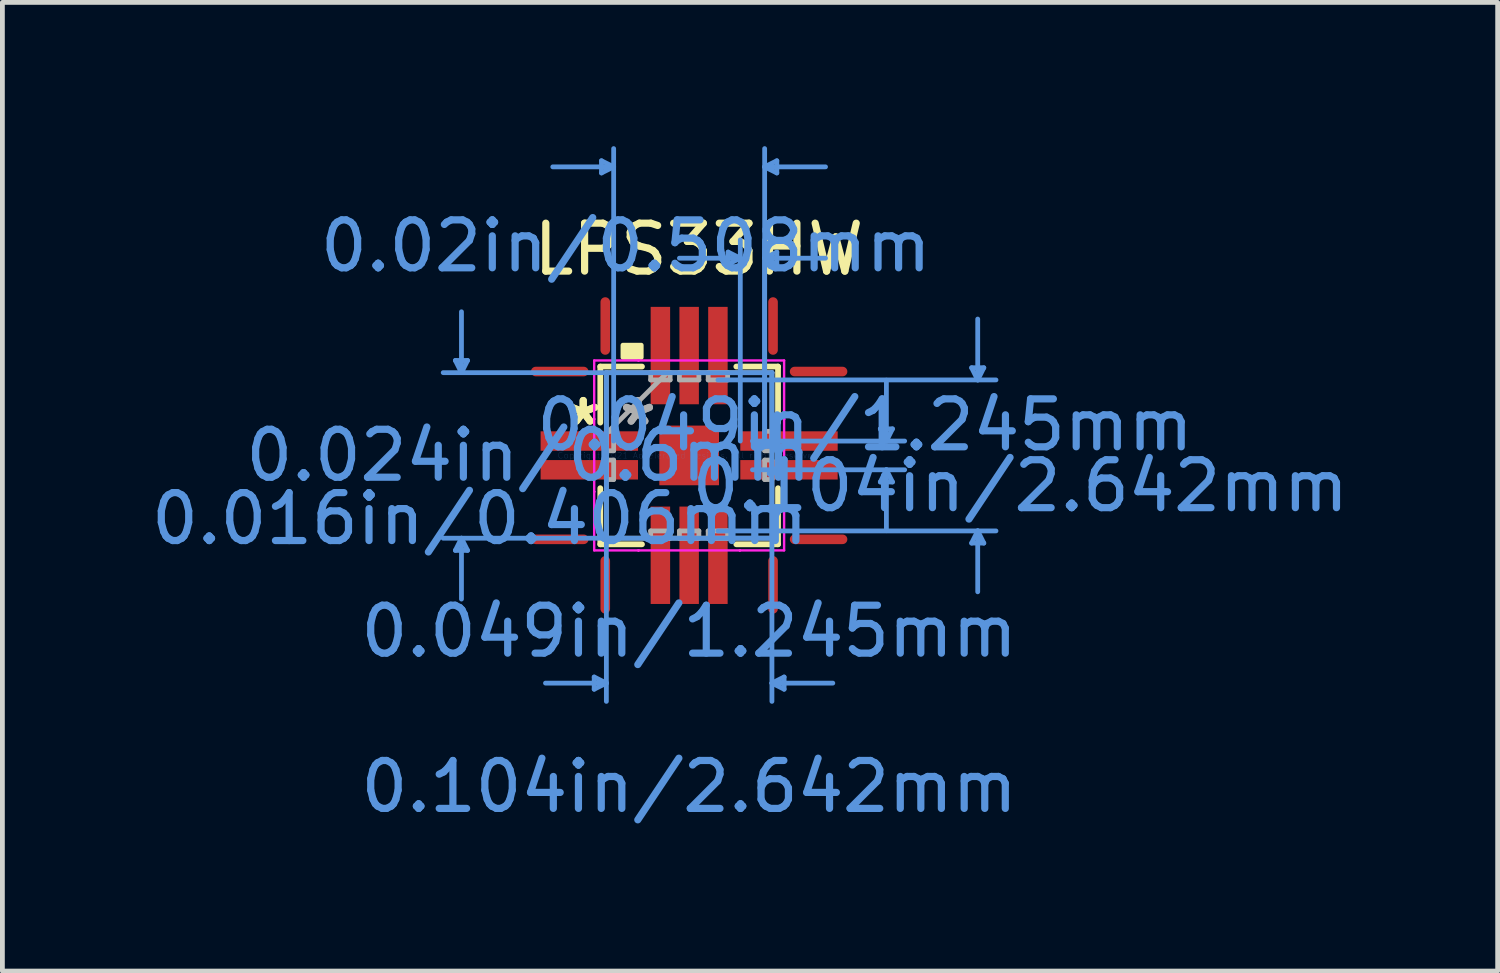
<source format=kicad_pcb>
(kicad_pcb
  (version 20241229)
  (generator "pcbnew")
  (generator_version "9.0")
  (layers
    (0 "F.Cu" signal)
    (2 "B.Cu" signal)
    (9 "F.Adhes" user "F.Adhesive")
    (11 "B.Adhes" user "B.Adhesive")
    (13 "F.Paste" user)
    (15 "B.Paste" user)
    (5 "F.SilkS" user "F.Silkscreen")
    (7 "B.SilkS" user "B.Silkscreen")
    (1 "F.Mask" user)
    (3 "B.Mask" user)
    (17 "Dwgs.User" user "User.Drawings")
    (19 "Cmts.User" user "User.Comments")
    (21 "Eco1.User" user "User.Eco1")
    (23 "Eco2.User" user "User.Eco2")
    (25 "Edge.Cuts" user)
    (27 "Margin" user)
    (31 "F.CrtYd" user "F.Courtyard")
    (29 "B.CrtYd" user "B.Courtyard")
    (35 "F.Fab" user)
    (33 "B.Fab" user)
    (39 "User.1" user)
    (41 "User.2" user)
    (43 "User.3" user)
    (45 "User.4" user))
  (footprint "LPS33HW"
    (layer "F.Cu")
    (at 11.327 6.451)
    (property "Reference" "LPS33HW" (at 0.2 -4.3 0) (layer "F.SilkS") (effects (font (size 1 1) (thickness 0.15))))
    (attr through_hole)
    (fp_line (start -2.2 -1.75) (end -3.2 -1.75) (stroke (width 0.2) (type solid)) (layer "F.Cu"))
    (fp_line (start -2.2 1.75) (end -3.2 1.75) (stroke (width 0.2) (type solid)) (layer "F.Cu"))
    (fp_line (start -1.75 -2.2) (end -1.75 -3.2) (stroke (width 0.2) (type solid)) (layer "F.Cu"))
    (fp_line (start -1.75 2.2) (end -1.75 3.2) (stroke (width 0.2) (type solid)) (layer "F.Cu"))
    (fp_line (start 1.75 -2.2) (end 1.75 -3.2) (stroke (width 0.2) (type solid)) (layer "F.Cu"))
    (fp_line (start 1.75 2.2) (end 1.75 3.2) (stroke (width 0.2) (type solid)) (layer "F.Cu"))
    (fp_line (start 2.2 -1.75) (end 3.2 -1.75) (stroke (width 0.2) (type solid)) (layer "F.Cu"))
    (fp_line (start 2.2 1.75) (end 3.2 1.75) (stroke (width 0.2) (type solid)) (layer "F.Cu"))
    (fp_line (start -1.854 -1.854) (end -1.854 -0.684) (stroke (width 0.12) (type solid)) (layer "F.SilkS"))
    (fp_line (start -1.854 0.684) (end -1.854 1.854) (stroke (width 0.12) (type solid)) (layer "F.SilkS"))
    (fp_line (start -1.854 1.854) (end -0.984 1.854) (stroke (width 0.12) (type solid)) (layer "F.SilkS"))
    (fp_line (start -0.984 -1.854) (end -1.854 -1.854) (stroke (width 0.12) (type solid)) (layer "F.SilkS"))
    (fp_line (start 0.984 1.854) (end 1.854 1.854) (stroke (width 0.12) (type solid)) (layer "F.SilkS"))
    (fp_line (start 1.854 -1.854) (end 0.984 -1.854) (stroke (width 0.12) (type solid)) (layer "F.SilkS"))
    (fp_line (start 1.854 -0.684) (end 1.854 -1.854) (stroke (width 0.12) (type solid)) (layer "F.SilkS"))
    (fp_line (start 1.854 1.854) (end 1.854 0.684) (stroke (width 0.12) (type solid)) (layer "F.SilkS"))
    (fp_poly (pts (xy -1.381 -2.046) (xy -1.381 -2.3) (xy -1 -2.3) (xy -1 -2.046)) (stroke (width 0.1) (type solid)) (fill yes) (layer "F.SilkS"))
    (fp_line (start -4.877 -1.981) (end -4.623 -1.981) (stroke (width 0.1) (type solid)) (layer "Cmts.User"))
    (fp_line (start -4.877 1.981) (end -4.623 1.981) (stroke (width 0.1) (type solid)) (layer "Cmts.User"))
    (fp_line (start -4.75 -1.727) (end -4.877 -1.981) (stroke (width 0.1) (type solid)) (layer "Cmts.User"))
    (fp_line (start -4.75 -1.727) (end -4.75 -2.997) (stroke (width 0.1) (type solid)) (layer "Cmts.User"))
    (fp_line (start -4.75 -1.727) (end -4.623 -1.981) (stroke (width 0.1) (type solid)) (layer "Cmts.User"))
    (fp_line (start -4.75 1.727) (end -4.877 1.981) (stroke (width 0.1) (type solid)) (layer "Cmts.User"))
    (fp_line (start -4.75 1.727) (end -4.75 2.997) (stroke (width 0.1) (type solid)) (layer "Cmts.User"))
    (fp_line (start -4.75 1.727) (end -4.623 1.981) (stroke (width 0.1) (type solid)) (layer "Cmts.User"))
    (fp_line (start -1.981 4.623) (end -1.981 4.877) (stroke (width 0.1) (type solid)) (layer "Cmts.User"))
    (fp_line (start -1.829 -6.147) (end -1.829 -5.893) (stroke (width 0.1) (type solid)) (layer "Cmts.User"))
    (fp_line (start -1.727 -1.727) (end -1.727 5.131) (stroke (width 0.1) (type solid)) (layer "Cmts.User"))
    (fp_line (start -1.727 4.75) (end -2.997 4.75) (stroke (width 0.1) (type solid)) (layer "Cmts.User"))
    (fp_line (start -1.727 4.75) (end -1.981 4.623) (stroke (width 0.1) (type solid)) (layer "Cmts.User"))
    (fp_line (start -1.727 4.75) (end -1.981 4.877) (stroke (width 0.1) (type solid)) (layer "Cmts.User"))
    (fp_line (start -1.575 -6.02) (end -2.845 -6.02) (stroke (width 0.1) (type solid)) (layer "Cmts.User"))
    (fp_line (start -1.575 -6.02) (end -1.829 -6.147) (stroke (width 0.1) (type solid)) (layer "Cmts.User"))
    (fp_line (start -1.575 -6.02) (end -1.829 -5.893) (stroke (width 0.1) (type solid)) (layer "Cmts.User"))
    (fp_line (start -1.575 -0.3) (end -1.575 -6.401) (stroke (width 0.1) (type solid)) (layer "Cmts.User"))
    (fp_line (start 0.6 -1.575) (end 6.401 -1.575) (stroke (width 0.1) (type solid)) (layer "Cmts.User"))
    (fp_line (start 0.6 1.575) (end 6.401 1.575) (stroke (width 0.1) (type solid)) (layer "Cmts.User"))
    (fp_line (start 0.813 -4.242) (end 0.813 -3.988) (stroke (width 0.1) (type solid)) (layer "Cmts.User"))
    (fp_line (start 1.067 -4.115) (end -0.203 -4.115) (stroke (width 0.1) (type solid)) (layer "Cmts.User"))
    (fp_line (start 1.067 -4.115) (end 0.813 -4.242) (stroke (width 0.1) (type solid)) (layer "Cmts.User"))
    (fp_line (start 1.067 -4.115) (end 0.813 -3.988) (stroke (width 0.1) (type solid)) (layer "Cmts.User"))
    (fp_line (start 1.067 -0.3) (end 1.067 -4.496) (stroke (width 0.1) (type solid)) (layer "Cmts.User"))
    (fp_line (start 1.321 -0.3) (end 4.496 -0.3) (stroke (width 0.1) (type solid)) (layer "Cmts.User"))
    (fp_line (start 1.321 0.3) (end 4.496 0.3) (stroke (width 0.1) (type solid)) (layer "Cmts.User"))
    (fp_line (start 1.575 -6.02) (end 1.829 -6.147) (stroke (width 0.1) (type solid)) (layer "Cmts.User"))
    (fp_line (start 1.575 -6.02) (end 1.829 -5.893) (stroke (width 0.1) (type solid)) (layer "Cmts.User"))
    (fp_line (start 1.575 -6.02) (end 2.845 -6.02) (stroke (width 0.1) (type solid)) (layer "Cmts.User"))
    (fp_line (start 1.575 -4.115) (end 1.829 -4.242) (stroke (width 0.1) (type solid)) (layer "Cmts.User"))
    (fp_line (start 1.575 -4.115) (end 1.829 -3.988) (stroke (width 0.1) (type solid)) (layer "Cmts.User"))
    (fp_line (start 1.575 -4.115) (end 2.845 -4.115) (stroke (width 0.1) (type solid)) (layer "Cmts.User"))
    (fp_line (start 1.575 -0.3) (end 1.575 -6.401) (stroke (width 0.1) (type solid)) (layer "Cmts.User"))
    (fp_line (start 1.575 -0.3) (end 1.575 -4.496) (stroke (width 0.1) (type solid)) (layer "Cmts.User"))
    (fp_line (start 1.727 -1.727) (end -5.131 -1.727) (stroke (width 0.1) (type solid)) (layer "Cmts.User"))
    (fp_line (start 1.727 -1.727) (end 1.727 5.131) (stroke (width 0.1) (type solid)) (layer "Cmts.User"))
    (fp_line (start 1.727 1.727) (end -5.131 1.727) (stroke (width 0.1) (type solid)) (layer "Cmts.User"))
    (fp_line (start 1.727 4.75) (end 1.981 4.623) (stroke (width 0.1) (type solid)) (layer "Cmts.User"))
    (fp_line (start 1.727 4.75) (end 1.981 4.877) (stroke (width 0.1) (type solid)) (layer "Cmts.User"))
    (fp_line (start 1.727 4.75) (end 2.997 4.75) (stroke (width 0.1) (type solid)) (layer "Cmts.User"))
    (fp_line (start 1.829 -6.147) (end 1.829 -5.893) (stroke (width 0.1) (type solid)) (layer "Cmts.User"))
    (fp_line (start 1.829 -4.242) (end 1.829 -3.988) (stroke (width 0.1) (type solid)) (layer "Cmts.User"))
    (fp_line (start 1.981 4.623) (end 1.981 4.877) (stroke (width 0.1) (type solid)) (layer "Cmts.User"))
    (fp_line (start 3.988 -0.554) (end 4.242 -0.554) (stroke (width 0.1) (type solid)) (layer "Cmts.User"))
    (fp_line (start 3.988 0.554) (end 4.242 0.554) (stroke (width 0.1) (type solid)) (layer "Cmts.User"))
    (fp_line (start 4.115 -0.3) (end 3.988 -0.554) (stroke (width 0.1) (type solid)) (layer "Cmts.User"))
    (fp_line (start 4.115 -0.3) (end 4.115 -1.57) (stroke (width 0.1) (type solid)) (layer "Cmts.User"))
    (fp_line (start 4.115 -0.3) (end 4.242 -0.554) (stroke (width 0.1) (type solid)) (layer "Cmts.User"))
    (fp_line (start 4.115 0.3) (end 3.988 0.554) (stroke (width 0.1) (type solid)) (layer "Cmts.User"))
    (fp_line (start 4.115 0.3) (end 4.115 1.57) (stroke (width 0.1) (type solid)) (layer "Cmts.User"))
    (fp_line (start 4.115 0.3) (end 4.242 0.554) (stroke (width 0.1) (type solid)) (layer "Cmts.User"))
    (fp_line (start 5.893 -1.829) (end 6.147 -1.829) (stroke (width 0.1) (type solid)) (layer "Cmts.User"))
    (fp_line (start 5.893 1.829) (end 6.147 1.829) (stroke (width 0.1) (type solid)) (layer "Cmts.User"))
    (fp_line (start 6.02 -1.575) (end 5.893 -1.829) (stroke (width 0.1) (type solid)) (layer "Cmts.User"))
    (fp_line (start 6.02 -1.575) (end 6.02 -2.845) (stroke (width 0.1) (type solid)) (layer "Cmts.User"))
    (fp_line (start 6.02 -1.575) (end 6.147 -1.829) (stroke (width 0.1) (type solid)) (layer "Cmts.User"))
    (fp_line (start 6.02 1.575) (end 5.893 1.829) (stroke (width 0.1) (type solid)) (layer "Cmts.User"))
    (fp_line (start 6.02 1.575) (end 6.02 2.845) (stroke (width 0.1) (type solid)) (layer "Cmts.User"))
    (fp_line (start 6.02 1.575) (end 6.147 1.829) (stroke (width 0.1) (type solid)) (layer "Cmts.User"))
    (fp_line (start -1.981 -1.981) (end -1.057 -1.981) (stroke (width 0.05) (type solid)) (layer "F.CrtYd"))
    (fp_line (start -1.981 -0.757) (end -1.981 -1.981) (stroke (width 0.05) (type solid)) (layer "F.CrtYd"))
    (fp_line (start -1.981 -0.757) (end -1.981 -0.757) (stroke (width 0.05) (type solid)) (layer "F.CrtYd"))
    (fp_line (start -1.981 -0.757) (end -1.981 -0.757) (stroke (width 0.05) (type solid)) (layer "F.CrtYd"))
    (fp_line (start -1.981 0.757) (end -1.981 -0.757) (stroke (width 0.05) (type solid)) (layer "F.CrtYd"))
    (fp_line (start -1.981 0.757) (end -1.981 0.757) (stroke (width 0.05) (type solid)) (layer "F.CrtYd"))
    (fp_line (start -1.981 0.757) (end -1.981 0.757) (stroke (width 0.05) (type solid)) (layer "F.CrtYd"))
    (fp_line (start -1.981 1.981) (end -1.981 0.757) (stroke (width 0.05) (type solid)) (layer "F.CrtYd"))
    (fp_line (start -1.057 -1.981) (end -1.057 -1.981) (stroke (width 0.05) (type solid)) (layer "F.CrtYd"))
    (fp_line (start -1.057 -1.981) (end -1.057 -1.981) (stroke (width 0.05) (type solid)) (layer "F.CrtYd"))
    (fp_line (start -1.057 -1.981) (end 1.057 -1.981) (stroke (width 0.05) (type solid)) (layer "F.CrtYd"))
    (fp_line (start -1.057 1.981) (end -1.981 1.981) (stroke (width 0.05) (type solid)) (layer "F.CrtYd"))
    (fp_line (start -1.057 1.981) (end -1.057 1.981) (stroke (width 0.05) (type solid)) (layer "F.CrtYd"))
    (fp_line (start -1.057 1.981) (end -1.057 1.981) (stroke (width 0.05) (type solid)) (layer "F.CrtYd"))
    (fp_line (start 1.057 -1.981) (end 1.057 -1.981) (stroke (width 0.05) (type solid)) (layer "F.CrtYd"))
    (fp_line (start 1.057 -1.981) (end 1.057 -1.981) (stroke (width 0.05) (type solid)) (layer "F.CrtYd"))
    (fp_line (start 1.057 -1.981) (end 1.981 -1.981) (stroke (width 0.05) (type solid)) (layer "F.CrtYd"))
    (fp_line (start 1.057 1.981) (end -1.057 1.981) (stroke (width 0.05) (type solid)) (layer "F.CrtYd"))
    (fp_line (start 1.057 1.981) (end 1.057 1.981) (stroke (width 0.05) (type solid)) (layer "F.CrtYd"))
    (fp_line (start 1.057 1.981) (end 1.057 1.981) (stroke (width 0.05) (type solid)) (layer "F.CrtYd"))
    (fp_line (start 1.981 -1.981) (end 1.981 -0.757) (stroke (width 0.05) (type solid)) (layer "F.CrtYd"))
    (fp_line (start 1.981 -0.757) (end 1.981 -0.757) (stroke (width 0.05) (type solid)) (layer "F.CrtYd"))
    (fp_line (start 1.981 -0.757) (end 1.981 -0.757) (stroke (width 0.05) (type solid)) (layer "F.CrtYd"))
    (fp_line (start 1.981 -0.757) (end 1.981 0.757) (stroke (width 0.05) (type solid)) (layer "F.CrtYd"))
    (fp_line (start 1.981 0.757) (end 1.981 0.757) (stroke (width 0.05) (type solid)) (layer "F.CrtYd"))
    (fp_line (start 1.981 0.757) (end 1.981 0.757) (stroke (width 0.05) (type solid)) (layer "F.CrtYd"))
    (fp_line (start 1.981 0.757) (end 1.981 1.981) (stroke (width 0.05) (type solid)) (layer "F.CrtYd"))
    (fp_line (start 1.981 1.981) (end 1.057 1.981) (stroke (width 0.05) (type solid)) (layer "F.CrtYd"))
    (fp_line (start -1.727 -1.727) (end -1.727 -1.727) (stroke (width 0.1) (type solid)) (layer "F.Fab"))
    (fp_line (start -1.727 -1.727) (end -1.727 1.727) (stroke (width 0.1) (type solid)) (layer "F.Fab"))
    (fp_line (start -1.727 -0.503) (end -1.575 -0.503) (stroke (width 0.1) (type solid)) (layer "F.Fab"))
    (fp_line (start -1.727 -0.457) (end -0.457 -1.727) (stroke (width 0.1) (type solid)) (layer "F.Fab"))
    (fp_line (start -1.727 -0.097) (end -1.727 -0.503) (stroke (width 0.1) (type solid)) (layer "F.Fab"))
    (fp_line (start -1.727 0.097) (end -1.575 0.097) (stroke (width 0.1) (type solid)) (layer "F.Fab"))
    (fp_line (start -1.727 0.503) (end -1.727 0.097) (stroke (width 0.1) (type solid)) (layer "F.Fab"))
    (fp_line (start -1.727 1.727) (end -1.727 1.727) (stroke (width 0.1) (type solid)) (layer "F.Fab"))
    (fp_line (start -1.727 1.727) (end 1.727 1.727) (stroke (width 0.1) (type solid)) (layer "F.Fab"))
    (fp_line (start -1.575 -0.503) (end -1.575 -0.097) (stroke (width 0.1) (type solid)) (layer "F.Fab"))
    (fp_line (start -1.575 -0.097) (end -1.727 -0.097) (stroke (width 0.1) (type solid)) (layer "F.Fab"))
    (fp_line (start -1.575 0.097) (end -1.575 0.503) (stroke (width 0.1) (type solid)) (layer "F.Fab"))
    (fp_line (start -1.575 0.503) (end -1.727 0.503) (stroke (width 0.1) (type solid)) (layer "F.Fab"))
    (fp_line (start -0.803 -1.727) (end -0.397 -1.727) (stroke (width 0.1) (type solid)) (layer "F.Fab"))
    (fp_line (start -0.803 -1.575) (end -0.803 -1.727) (stroke (width 0.1) (type solid)) (layer "F.Fab"))
    (fp_line (start -0.803 1.575) (end -0.397 1.575) (stroke (width 0.1) (type solid)) (layer "F.Fab"))
    (fp_line (start -0.803 1.727) (end -0.803 1.575) (stroke (width 0.1) (type solid)) (layer "F.Fab"))
    (fp_line (start -0.397 -1.727) (end -0.397 -1.575) (stroke (width 0.1) (type solid)) (layer "F.Fab"))
    (fp_line (start -0.397 -1.575) (end -0.803 -1.575) (stroke (width 0.1) (type solid)) (layer "F.Fab"))
    (fp_line (start -0.397 1.575) (end -0.397 1.727) (stroke (width 0.1) (type solid)) (layer "F.Fab"))
    (fp_line (start -0.397 1.727) (end -0.803 1.727) (stroke (width 0.1) (type solid)) (layer "F.Fab"))
    (fp_line (start -0.203 -1.727) (end 0.203 -1.727) (stroke (width 0.1) (type solid)) (layer "F.Fab"))
    (fp_line (start -0.203 -1.575) (end -0.203 -1.727) (stroke (width 0.1) (type solid)) (layer "F.Fab"))
    (fp_line (start -0.203 1.575) (end 0.203 1.575) (stroke (width 0.1) (type solid)) (layer "F.Fab"))
    (fp_line (start -0.203 1.727) (end -0.203 1.575) (stroke (width 0.1) (type solid)) (layer "F.Fab"))
    (fp_line (start 0.203 -1.727) (end 0.203 -1.575) (stroke (width 0.1) (type solid)) (layer "F.Fab"))
    (fp_line (start 0.203 -1.575) (end -0.203 -1.575) (stroke (width 0.1) (type solid)) (layer "F.Fab"))
    (fp_line (start 0.203 1.575) (end 0.203 1.727) (stroke (width 0.1) (type solid)) (layer "F.Fab"))
    (fp_line (start 0.203 1.727) (end -0.203 1.727) (stroke (width 0.1) (type solid)) (layer "F.Fab"))
    (fp_line (start 0.397 -1.727) (end 0.803 -1.727) (stroke (width 0.1) (type solid)) (layer "F.Fab"))
    (fp_line (start 0.397 -1.575) (end 0.397 -1.727) (stroke (width 0.1) (type solid)) (layer "F.Fab"))
    (fp_line (start 0.397 1.575) (end 0.803 1.575) (stroke (width 0.1) (type solid)) (layer "F.Fab"))
    (fp_line (start 0.397 1.727) (end 0.397 1.575) (stroke (width 0.1) (type solid)) (layer "F.Fab"))
    (fp_line (start 0.803 -1.727) (end 0.803 -1.575) (stroke (width 0.1) (type solid)) (layer "F.Fab"))
    (fp_line (start 0.803 -1.575) (end 0.397 -1.575) (stroke (width 0.1) (type solid)) (layer "F.Fab"))
    (fp_line (start 0.803 1.575) (end 0.803 1.727) (stroke (width 0.1) (type solid)) (layer "F.Fab"))
    (fp_line (start 0.803 1.727) (end 0.397 1.727) (stroke (width 0.1) (type solid)) (layer "F.Fab"))
    (fp_line (start 1.575 -0.503) (end 1.727 -0.503) (stroke (width 0.1) (type solid)) (layer "F.Fab"))
    (fp_line (start 1.575 -0.097) (end 1.575 -0.503) (stroke (width 0.1) (type solid)) (layer "F.Fab"))
    (fp_line (start 1.575 0.097) (end 1.727 0.097) (stroke (width 0.1) (type solid)) (layer "F.Fab"))
    (fp_line (start 1.575 0.503) (end 1.575 0.097) (stroke (width 0.1) (type solid)) (layer "F.Fab"))
    (fp_line (start 1.727 -1.727) (end -1.727 -1.727) (stroke (width 0.1) (type solid)) (layer "F.Fab"))
    (fp_line (start 1.727 -1.727) (end 1.727 -1.727) (stroke (width 0.1) (type solid)) (layer "F.Fab"))
    (fp_line (start 1.727 -0.503) (end 1.727 -0.097) (stroke (width 0.1) (type solid)) (layer "F.Fab"))
    (fp_line (start 1.727 -0.097) (end 1.575 -0.097) (stroke (width 0.1) (type solid)) (layer "F.Fab"))
    (fp_line (start 1.727 0.097) (end 1.727 0.503) (stroke (width 0.1) (type solid)) (layer "F.Fab"))
    (fp_line (start 1.727 0.503) (end 1.575 0.503) (stroke (width 0.1) (type solid)) (layer "F.Fab"))
    (fp_line (start 1.727 1.727) (end 1.727 -1.727) (stroke (width 0.1) (type solid)) (layer "F.Fab"))
    (fp_line (start 1.727 1.727) (end 1.727 1.727) (stroke (width 0.1) (type solid)) (layer "F.Fab"))
    (fp_text user "*" (at -2.21 -0.6 0) (layer "F.SilkS") (effects (font (size 1 1) (thickness 0.15))))
    (fp_text user "*" (at -2.21 -0.6 0) (layer "F.SilkS") (effects (font (size 1 1) (thickness 0.15))))
    (fp_text user "0.049in/1.245mm" (at 0 3.67 0) (layer "Cmts.User") (effects (font (size 1 1) (thickness 0.15))))
    (fp_text user "0.104in/2.642mm" (at 6.909 0.635 0) (layer "Cmts.User") (effects (font (size 1 1) (thickness 0.15))))
    (fp_text user "0.049in/1.245mm" (at 3.67 -0.635 0) (layer "Cmts.User") (effects (font (size 1 1) (thickness 0.15))))
    (fp_text user "Copyright 2021 Accelerated Designs. All rights reserved." (at 0 0 0) (layer "Cmts.User") (effects (font (size 0.127 0.127) (thickness 0.002))))
    (fp_text user "0.016in/0.406mm" (at -4.369 1.321 0) (layer "Cmts.User") (effects (font (size 1 1) (thickness 0.15))))
    (fp_text user "0.024in/0.6mm" (at -3.353 0 0) (layer "Cmts.User") (effects (font (size 1 1) (thickness 0.15))))
    (fp_text user "0.02in/0.508mm" (at -1.321 -4.369 0) (layer "Cmts.User") (effects (font (size 1 1) (thickness 0.15))))
    (fp_text user "0.104in/2.642mm" (at 0 6.909 0) (layer "Cmts.User") (effects (font (size 1 1) (thickness 0.15))))
    (fp_text user "*" (at -1.067 -0.6 0) (layer "F.Fab") (effects (font (size 1 1) (thickness 0.15))))
    (fp_text user "*" (at -1.067 -0.6 0) (layer "F.Fab") (effects (font (size 1 1) (thickness 0.15))))
    (pad "1" smd rect (at -2.083 -0.3 90) (size 0.406 2.032) (layers "F.Cu" "F.Mask" "F.Paste"))
    (pad "2" smd rect (at -2.083 0.3 90) (size 0.406 2.032) (layers "F.Cu" "F.Mask" "F.Paste"))
    (pad "3" smd rect (at -0.6 2.083) (size 0.406 2.032) (layers "F.Cu" "F.Mask" "F.Paste"))
    (pad "4" smd rect (at 0 2.083) (size 0.406 2.032) (layers "F.Cu" "F.Mask" "F.Paste"))
    (pad "5" smd rect (at 0.6 2.083) (size 0.406 2.032) (layers "F.Cu" "F.Mask" "F.Paste"))
    (pad "6" smd rect (at 2.083 0.3 90) (size 0.406 2.032) (layers "F.Cu" "F.Mask" "F.Paste"))
    (pad "7" smd rect (at 2.083 -0.3 90) (size 0.406 2.032) (layers "F.Cu" "F.Mask" "F.Paste"))
    (pad "8" smd rect (at 0.6 -2.083) (size 0.406 2.032) (layers "F.Cu" "F.Mask" "F.Paste"))
    (pad "9" smd rect (at 0 -2.083) (size 0.406 2.032) (layers "F.Cu" "F.Mask" "F.Paste"))
    (pad "10" smd rect (at -0.6 -2.083) (size 0.406 2.032) (layers "F.Cu" "F.Mask" "F.Paste"))
    (pad "11" smd rect (at 0 0) (size 1.245 1.245) (layers "F.Cu" "F.Mask" "F.Paste")))
  (gr_rect
    (start -3 -3)
    (end 28.194 17.208)
    (stroke (width 0.1) (type default))
    (fill no)
    (layer "Edge.Cuts")))
</source>
